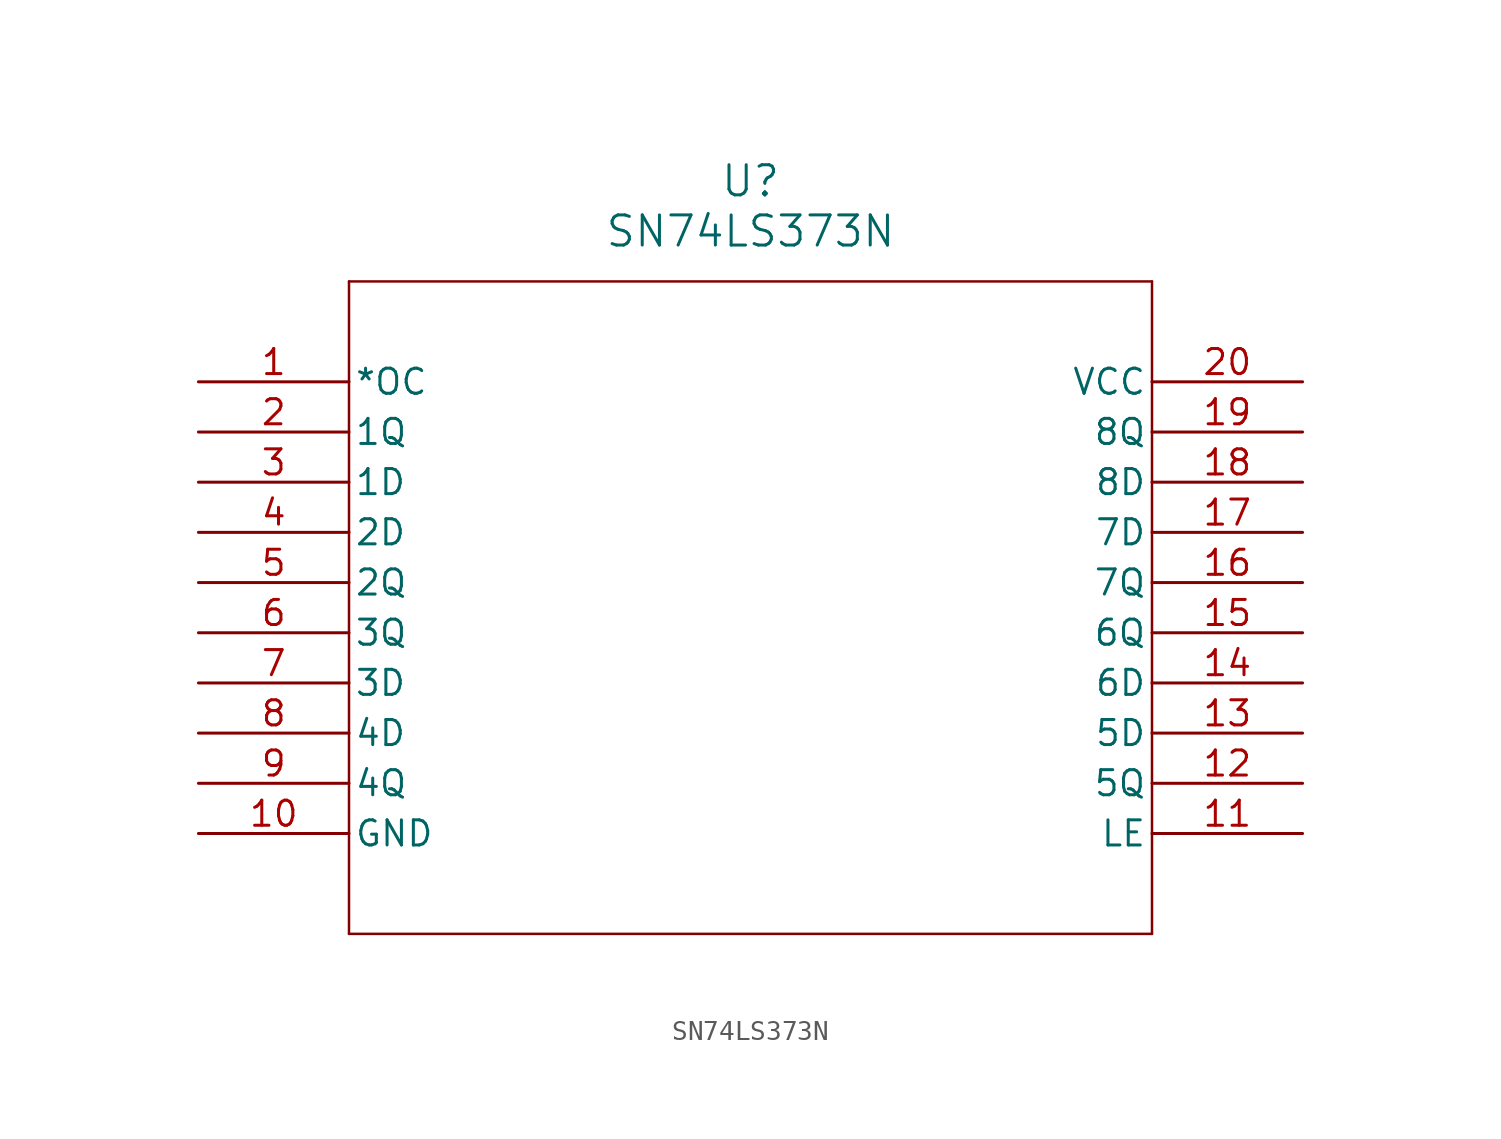
<source format=kicad_sym>
(kicad_symbol_lib
  (version 20211014)
  (generator kicad_symbol_editor)
  (symbol "SN74LS373N"
    (pin_names
      (offset 0.254))
    (property "Reference" "U"
      (at 27.94 10.16 0)
      (effects (font (size 1.524 1.524))))
    (property "Value" "SN74LS373N"
      (at 27.94 7.62 0)
      (effects (font (size 1.524 1.524))))
    (symbol "SN74LS373N_0_1"
      (polyline (pts (xy 7.62 5.08) (xy 7.62 -27.94)) (stroke (width 0.127) (type default) (color 0 0 0 0)) (fill (type none)))
      (polyline (pts (xy 7.62 -27.94) (xy 48.26 -27.94)) (stroke (width 0.127) (type default) (color 0 0 0 0)) (fill (type none)))
      (polyline (pts (xy 48.26 -27.94) (xy 48.26 5.08)) (stroke (width 0.127) (type default) (color 0 0 0 0)) (fill (type none)))
      (polyline (pts (xy 48.26 5.08) (xy 7.62 5.08)) (stroke (width 0.127) (type default) (color 0 0 0 0)) (fill (type none)))
      (pin input line (at 0 0 0) (length 7.62) (name "*OC" (effects (font (size 1.27 1.27)))) (number "1" (effects (font (size 1.27 1.27)))))
      (pin output line (at 0 -2.54 0) (length 7.62) (name "1Q" (effects (font (size 1.27 1.27)))) (number "2" (effects (font (size 1.27 1.27)))))
      (pin input line (at 0 -5.08 0) (length 7.62) (name "1D" (effects (font (size 1.27 1.27)))) (number "3" (effects (font (size 1.27 1.27)))))
      (pin input line (at 0 -7.62 0) (length 7.62) (name "2D" (effects (font (size 1.27 1.27)))) (number "4" (effects (font (size 1.27 1.27)))))
      (pin output line (at 0 -10.16 0) (length 7.62) (name "2Q" (effects (font (size 1.27 1.27)))) (number "5" (effects (font (size 1.27 1.27)))))
      (pin output line (at 0 -12.7 0) (length 7.62) (name "3Q" (effects (font (size 1.27 1.27)))) (number "6" (effects (font (size 1.27 1.27)))))
      (pin input line (at 0 -15.24 0) (length 7.62) (name "3D" (effects (font (size 1.27 1.27)))) (number "7" (effects (font (size 1.27 1.27)))))
      (pin input line (at 0 -17.78 0) (length 7.62) (name "4D" (effects (font (size 1.27 1.27)))) (number "8" (effects (font (size 1.27 1.27)))))
      (pin output line (at 0 -20.32 0) (length 7.62) (name "4Q" (effects (font (size 1.27 1.27)))) (number "9" (effects (font (size 1.27 1.27)))))
      (pin power_in line (at 0 -22.86 0) (length 7.62) (name "GND" (effects (font (size 1.27 1.27)))) (number "10" (effects (font (size 1.27 1.27)))))
      (pin input line (at 55.88 -22.86 180) (length 7.62) (name "LE" (effects (font (size 1.27 1.27)))) (number "11" (effects (font (size 1.27 1.27)))))
      (pin output line (at 55.88 -20.32 180) (length 7.62) (name "5Q" (effects (font (size 1.27 1.27)))) (number "12" (effects (font (size 1.27 1.27)))))
      (pin input line (at 55.88 -17.78 180) (length 7.62) (name "5D" (effects (font (size 1.27 1.27)))) (number "13" (effects (font (size 1.27 1.27)))))
      (pin input line (at 55.88 -15.24 180) (length 7.62) (name "6D" (effects (font (size 1.27 1.27)))) (number "14" (effects (font (size 1.27 1.27)))))
      (pin output line (at 55.88 -12.7 180) (length 7.62) (name "6Q" (effects (font (size 1.27 1.27)))) (number "15" (effects (font (size 1.27 1.27)))))
      (pin output line (at 55.88 -10.16 180) (length 7.62) (name "7Q" (effects (font (size 1.27 1.27)))) (number "16" (effects (font (size 1.27 1.27)))))
      (pin input line (at 55.88 -7.62 180) (length 7.62) (name "7D" (effects (font (size 1.27 1.27)))) (number "17" (effects (font (size 1.27 1.27)))))
      (pin input line (at 55.88 -5.08 180) (length 7.62) (name "8D" (effects (font (size 1.27 1.27)))) (number "18" (effects (font (size 1.27 1.27)))))
      (pin output line (at 55.88 -2.54 180) (length 7.62) (name "8Q" (effects (font (size 1.27 1.27)))) (number "19" (effects (font (size 1.27 1.27)))))
      (pin power_in line (at 55.88 0 180) (length 7.62) (name "VCC" (effects (font (size 1.27 1.27)))) (number "20" (effects (font (size 1.27 1.27))))))))
</source>
